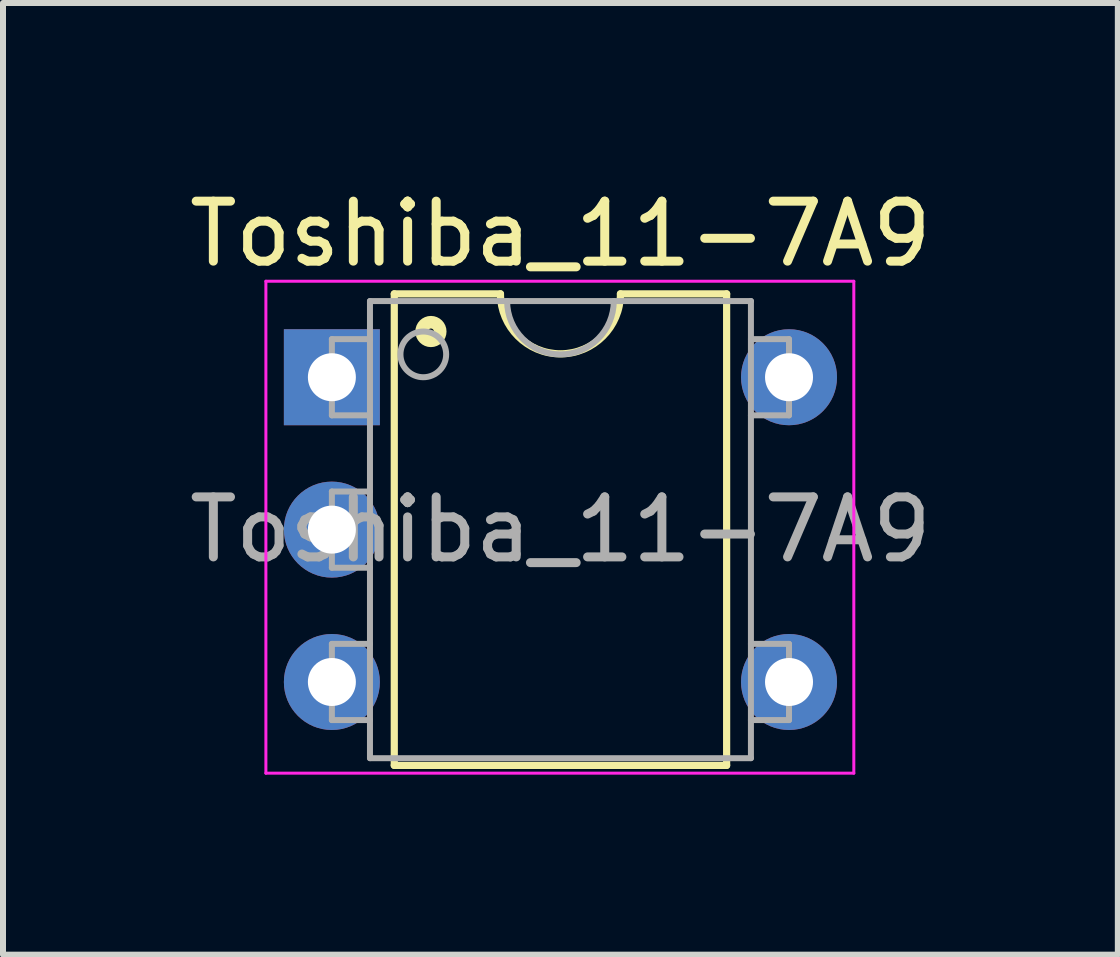
<source format=kicad_pcb>
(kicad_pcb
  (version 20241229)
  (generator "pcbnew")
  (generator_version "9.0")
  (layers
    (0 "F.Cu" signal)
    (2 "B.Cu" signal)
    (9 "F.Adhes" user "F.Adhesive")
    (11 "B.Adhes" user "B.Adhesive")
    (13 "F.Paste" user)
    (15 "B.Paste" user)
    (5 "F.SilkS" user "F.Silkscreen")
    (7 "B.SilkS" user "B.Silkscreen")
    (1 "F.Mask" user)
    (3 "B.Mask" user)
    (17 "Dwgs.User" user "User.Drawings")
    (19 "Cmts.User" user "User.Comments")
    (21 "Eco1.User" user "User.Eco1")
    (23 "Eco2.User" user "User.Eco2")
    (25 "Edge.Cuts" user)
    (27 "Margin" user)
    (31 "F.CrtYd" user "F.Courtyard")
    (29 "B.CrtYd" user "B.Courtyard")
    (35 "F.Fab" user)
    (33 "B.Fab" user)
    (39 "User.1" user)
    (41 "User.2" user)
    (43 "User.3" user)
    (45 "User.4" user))
  (footprint "Toshiba_11-7A9"
    (layer "F.Cu")
    (at 2.482 3.238)
    (property "Reference" "Toshiba_11-7A9" (at 3.81 -2.39 0) (layer "F.SilkS") (effects (font (size 1 1) (thickness 0.15))))
    (attr through_hole)
    (fp_line (start 1.04 -1.39) (end 1.04 6.47) (stroke (width 0.12) (type solid)) (layer "F.SilkS"))
    (fp_line (start 1.04 6.47) (end 6.58 6.47) (stroke (width 0.12) (type solid)) (layer "F.SilkS"))
    (fp_line (start 2.81 -1.39) (end 1.04 -1.39) (stroke (width 0.12) (type solid)) (layer "F.SilkS"))
    (fp_line (start 6.58 -1.39) (end 4.81 -1.39) (stroke (width 0.12) (type solid)) (layer "F.SilkS"))
    (fp_line (start 6.58 6.47) (end 6.58 -1.39) (stroke (width 0.12) (type solid)) (layer "F.SilkS"))
    (fp_arc (start 4.81 -1.39) (mid 3.81 -0.39) (end 2.81 -1.39) (stroke (width 0.12) (type solid)) (layer "F.SilkS"))
    (fp_circle (center 1.651 -0.762) (end 1.701 -0.762) (stroke (width 0.12) (type solid)) (fill no) (layer "F.SilkS"))
    (fp_circle (center 1.651 -0.762) (end 1.776 -0.762) (stroke (width 0.12) (type solid)) (fill no) (layer "F.SilkS"))
    (fp_circle (center 1.651 -0.762) (end 1.851 -0.762) (stroke (width 0.12) (type solid)) (fill no) (layer "F.SilkS"))
    (fp_line (start -1.1 -1.6) (end -1.1 6.6) (stroke (width 0.05) (type solid)) (layer "F.CrtYd"))
    (fp_line (start -1.1 6.6) (end 8.7 6.6) (stroke (width 0.05) (type solid)) (layer "F.CrtYd"))
    (fp_line (start 8.7 -1.6) (end -1.1 -1.6) (stroke (width 0.05) (type solid)) (layer "F.CrtYd"))
    (fp_line (start 8.7 6.6) (end 8.7 -1.6) (stroke (width 0.05) (type solid)) (layer "F.CrtYd"))
    (fp_line (start 0 -0.635) (end 0 0.635) (stroke (width 0.1) (type solid)) (layer "F.Fab"))
    (fp_line (start 0 -0.635) (end 0.635 -0.635) (stroke (width 0.1) (type solid)) (layer "F.Fab"))
    (fp_line (start 0 0.635) (end 0.635 0.635) (stroke (width 0.1) (type solid)) (layer "F.Fab"))
    (fp_line (start 0 1.905) (end 0 3.175) (stroke (width 0.1) (type solid)) (layer "F.Fab"))
    (fp_line (start 0 1.905) (end 0.635 1.905) (stroke (width 0.1) (type solid)) (layer "F.Fab"))
    (fp_line (start 0 3.175) (end 0.635 3.175) (stroke (width 0.1) (type solid)) (layer "F.Fab"))
    (fp_line (start 0 4.445) (end 0 5.715) (stroke (width 0.1) (type solid)) (layer "F.Fab"))
    (fp_line (start 0 4.445) (end 0.635 4.445) (stroke (width 0.1) (type solid)) (layer "F.Fab"))
    (fp_line (start 0 5.715) (end 0.635 5.715) (stroke (width 0.1) (type solid)) (layer "F.Fab"))
    (fp_line (start 0.635 -1.27) (end 6.985 -1.27) (stroke (width 0.1) (type solid)) (layer "F.Fab"))
    (fp_line (start 0.635 6.35) (end 0.635 -1.27) (stroke (width 0.1) (type solid)) (layer "F.Fab"))
    (fp_line (start 6.985 -1.27) (end 6.985 6.35) (stroke (width 0.1) (type solid)) (layer "F.Fab"))
    (fp_line (start 6.985 6.35) (end 0.635 6.35) (stroke (width 0.1) (type solid)) (layer "F.Fab"))
    (fp_line (start 7.62 -0.635) (end 6.985 -0.635) (stroke (width 0.1) (type solid)) (layer "F.Fab"))
    (fp_line (start 7.62 0.635) (end 6.985 0.635) (stroke (width 0.1) (type solid)) (layer "F.Fab"))
    (fp_line (start 7.62 0.635) (end 7.62 -0.635) (stroke (width 0.1) (type solid)) (layer "F.Fab"))
    (fp_line (start 7.62 4.445) (end 6.985 4.445) (stroke (width 0.1) (type solid)) (layer "F.Fab"))
    (fp_line (start 7.62 5.715) (end 6.985 5.715) (stroke (width 0.1) (type solid)) (layer "F.Fab"))
    (fp_line (start 7.62 5.715) (end 7.62 4.445) (stroke (width 0.1) (type solid)) (layer "F.Fab"))
    (fp_arc (start 4.699 -1.27) (mid 3.81 -0.381) (end 2.921 -1.27) (stroke (width 0.1) (type solid)) (layer "F.Fab"))
    (fp_circle (center 1.524 -0.381) (end 1.905 -0.381) (stroke (width 0.1) (type solid)) (fill no) (layer "F.Fab"))
    (fp_text user "${REFERENCE}" (at 3.81 2.54 0) (layer "F.Fab") (effects (font (size 1 1) (thickness 0.15))))
    (pad "1" thru_hole rect (at 0 0) (size 1.6 1.6) (drill 0.8) (layers "*.Cu" "*.Mask"))
    (pad "2" thru_hole oval (at 0 2.54) (size 1.6 1.6) (drill 0.8) (layers "*.Cu" "*.Mask"))
    (pad "3" thru_hole oval (at 0 5.08) (size 1.6 1.6) (drill 0.8) (layers "*.Cu" "*.Mask"))
    (pad "4" thru_hole oval (at 7.62 5.08) (size 1.6 1.6) (drill 0.8) (layers "*.Cu" "*.Mask"))
    (pad "6" thru_hole oval (at 7.62 0) (size 1.6 1.6) (drill 0.8) (layers "*.Cu" "*.Mask")))
  (gr_rect
    (start -3 -3)
    (end 15.583 12.863)
    (stroke (width 0.1) (type default))
    (fill no)
    (layer "Edge.Cuts")))
</source>
